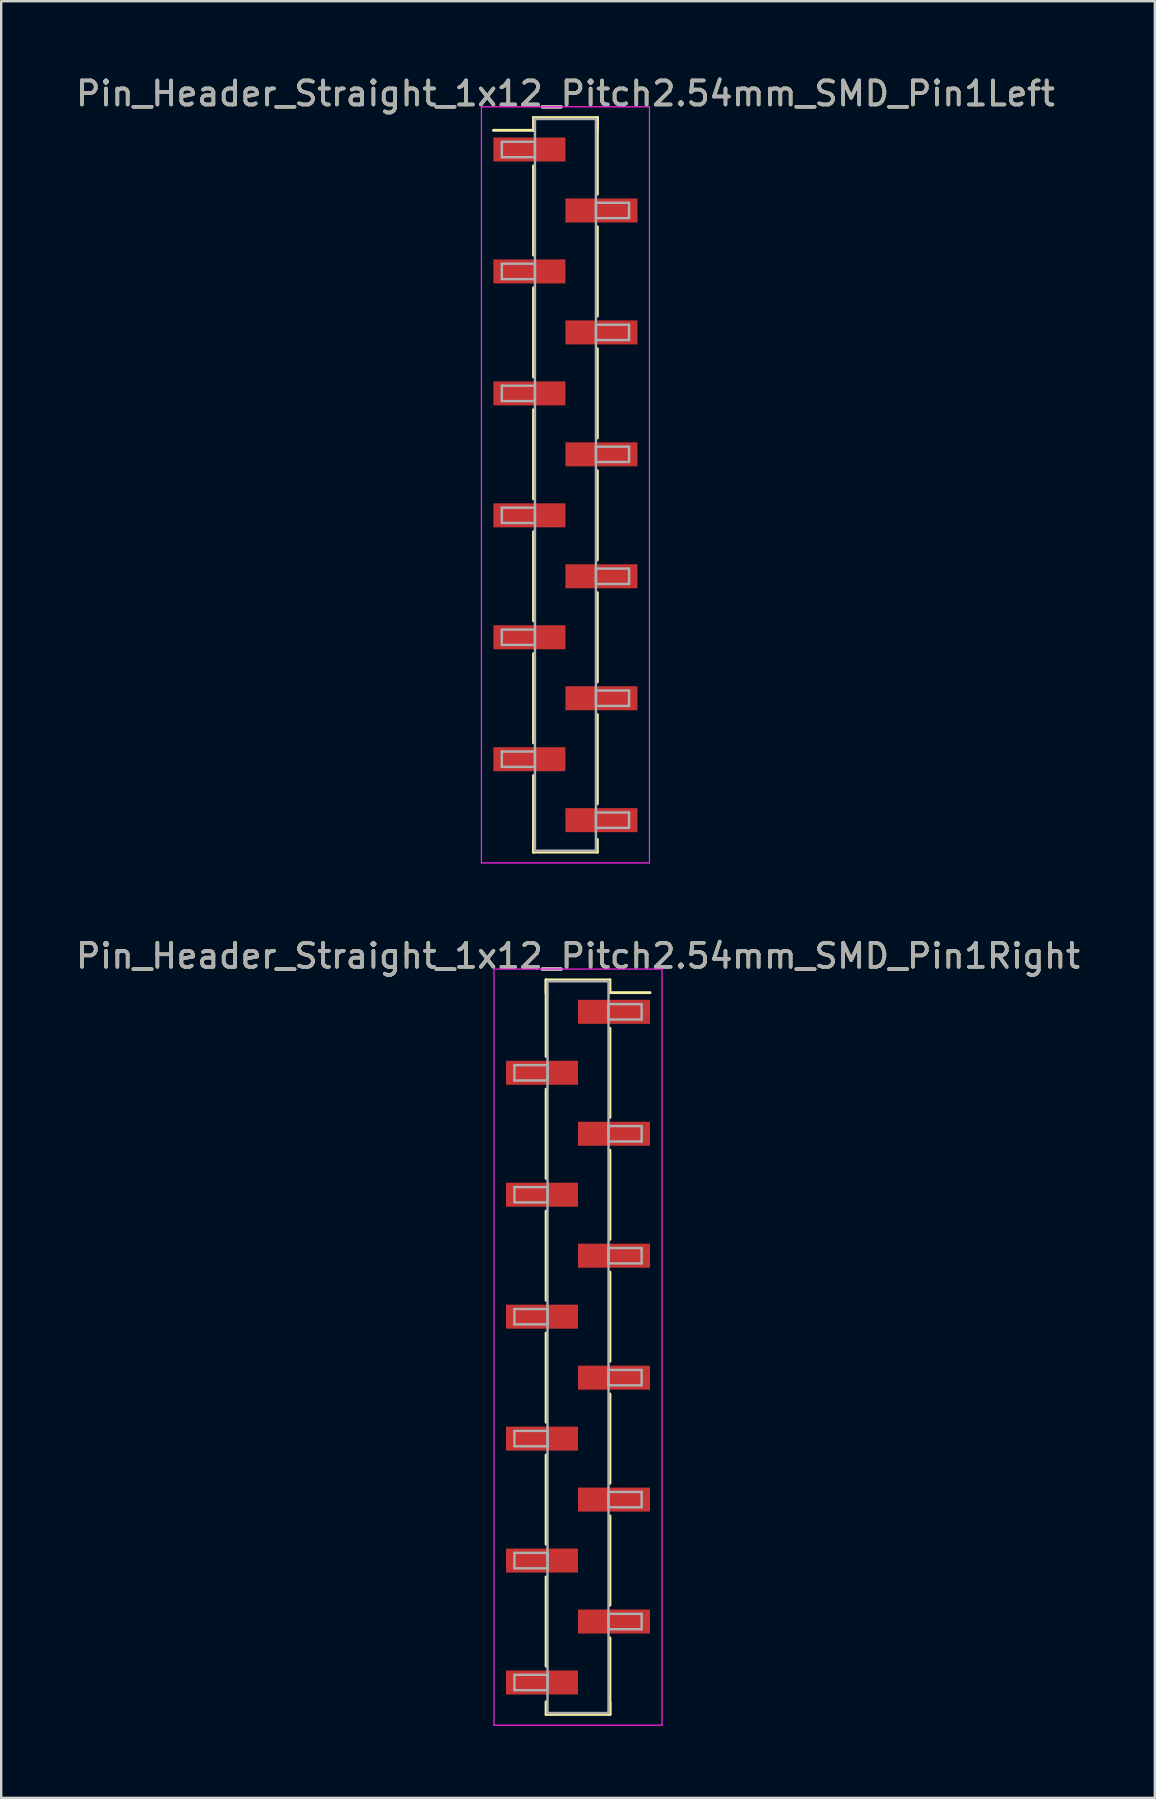
<source format=kicad_pcb>
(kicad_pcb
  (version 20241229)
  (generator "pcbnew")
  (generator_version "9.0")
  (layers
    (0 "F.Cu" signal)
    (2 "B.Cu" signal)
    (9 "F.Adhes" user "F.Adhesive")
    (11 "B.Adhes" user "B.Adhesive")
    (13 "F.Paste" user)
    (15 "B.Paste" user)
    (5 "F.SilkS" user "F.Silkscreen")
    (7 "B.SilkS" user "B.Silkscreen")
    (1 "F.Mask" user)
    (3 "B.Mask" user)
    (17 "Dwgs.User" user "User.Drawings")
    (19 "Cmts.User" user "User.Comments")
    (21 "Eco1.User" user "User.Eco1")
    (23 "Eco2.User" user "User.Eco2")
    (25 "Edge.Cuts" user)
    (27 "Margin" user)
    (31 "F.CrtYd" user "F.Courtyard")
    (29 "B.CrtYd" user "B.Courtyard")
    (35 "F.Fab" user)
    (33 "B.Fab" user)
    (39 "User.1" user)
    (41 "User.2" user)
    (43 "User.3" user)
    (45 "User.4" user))
  (footprint "Pin_Header_Straight_1x12_Pitch2.54mm_SMD_Pin1Right"
    (layer "F.Cu")
    (at 21.03 53.072)
    (property "Reference" "Pin_Header_Straight_1x12_Pitch2.54mm_SMD_Pin1Right" (at 0 -16.3 0) (layer "F.SilkS") (effects (font (size 1 1) (thickness 0.15))))
    (attr smd)
    (fp_line (start -1.33 -15.3) (end -1.33 -12.11) (stroke (width 0.12) (type solid)) (layer "F.SilkS"))
    (fp_line (start -1.33 -15.3) (end 1.33 -15.3) (stroke (width 0.12) (type solid)) (layer "F.SilkS"))
    (fp_line (start -1.33 -14.77) (end -1.33 -15.3) (stroke (width 0.12) (type solid)) (layer "F.SilkS"))
    (fp_line (start -1.33 -10.75) (end -1.33 -7.03) (stroke (width 0.12) (type solid)) (layer "F.SilkS"))
    (fp_line (start -1.33 -5.67) (end -1.33 -1.95) (stroke (width 0.12) (type solid)) (layer "F.SilkS"))
    (fp_line (start -1.33 -0.59) (end -1.33 3.13) (stroke (width 0.12) (type solid)) (layer "F.SilkS"))
    (fp_line (start -1.33 4.49) (end -1.33 8.21) (stroke (width 0.12) (type solid)) (layer "F.SilkS"))
    (fp_line (start -1.33 9.57) (end -1.33 13.29) (stroke (width 0.12) (type solid)) (layer "F.SilkS"))
    (fp_line (start -1.33 14.77) (end -1.33 15.3) (stroke (width 0.12) (type solid)) (layer "F.SilkS"))
    (fp_line (start -1.33 15.3) (end 1.33 15.3) (stroke (width 0.12) (type solid)) (layer "F.SilkS"))
    (fp_line (start 1.33 -15.3) (end 1.33 -14.77) (stroke (width 0.12) (type solid)) (layer "F.SilkS"))
    (fp_line (start 1.33 -14.77) (end 3 -14.77) (stroke (width 0.12) (type solid)) (layer "F.SilkS"))
    (fp_line (start 1.33 -13.29) (end 1.33 -9.57) (stroke (width 0.12) (type solid)) (layer "F.SilkS"))
    (fp_line (start 1.33 -8.21) (end 1.33 -4.49) (stroke (width 0.12) (type solid)) (layer "F.SilkS"))
    (fp_line (start 1.33 -3.13) (end 1.33 0.59) (stroke (width 0.12) (type solid)) (layer "F.SilkS"))
    (fp_line (start 1.33 1.95) (end 1.33 5.67) (stroke (width 0.12) (type solid)) (layer "F.SilkS"))
    (fp_line (start 1.33 7.03) (end 1.33 10.75) (stroke (width 0.12) (type solid)) (layer "F.SilkS"))
    (fp_line (start 1.33 12.11) (end 1.33 15.3) (stroke (width 0.12) (type solid)) (layer "F.SilkS"))
    (fp_line (start 1.33 15.3) (end 1.33 14.77) (stroke (width 0.12) (type solid)) (layer "F.SilkS"))
    (fp_line (start -3.5 -15.75) (end -3.5 15.75) (stroke (width 0.05) (type solid)) (layer "F.CrtYd"))
    (fp_line (start -3.5 15.75) (end 3.5 15.75) (stroke (width 0.05) (type solid)) (layer "F.CrtYd"))
    (fp_line (start 3.5 -15.75) (end -3.5 -15.75) (stroke (width 0.05) (type solid)) (layer "F.CrtYd"))
    (fp_line (start 3.5 15.75) (end 3.5 -15.75) (stroke (width 0.05) (type solid)) (layer "F.CrtYd"))
    (fp_line (start -2.65 -11.75) (end -1.27 -11.75) (stroke (width 0.1) (type solid)) (layer "F.Fab"))
    (fp_line (start -2.65 -11.11) (end -2.65 -11.75) (stroke (width 0.1) (type solid)) (layer "F.Fab"))
    (fp_line (start -2.65 -6.67) (end -1.27 -6.67) (stroke (width 0.1) (type solid)) (layer "F.Fab"))
    (fp_line (start -2.65 -6.03) (end -2.65 -6.67) (stroke (width 0.1) (type solid)) (layer "F.Fab"))
    (fp_line (start -2.65 -1.59) (end -1.27 -1.59) (stroke (width 0.1) (type solid)) (layer "F.Fab"))
    (fp_line (start -2.65 -0.95) (end -2.65 -1.59) (stroke (width 0.1) (type solid)) (layer "F.Fab"))
    (fp_line (start -2.65 3.49) (end -1.27 3.49) (stroke (width 0.1) (type solid)) (layer "F.Fab"))
    (fp_line (start -2.65 4.13) (end -2.65 3.49) (stroke (width 0.1) (type solid)) (layer "F.Fab"))
    (fp_line (start -2.65 8.57) (end -1.27 8.57) (stroke (width 0.1) (type solid)) (layer "F.Fab"))
    (fp_line (start -2.65 9.21) (end -2.65 8.57) (stroke (width 0.1) (type solid)) (layer "F.Fab"))
    (fp_line (start -2.65 13.65) (end -1.27 13.65) (stroke (width 0.1) (type solid)) (layer "F.Fab"))
    (fp_line (start -2.65 14.29) (end -2.65 13.65) (stroke (width 0.1) (type solid)) (layer "F.Fab"))
    (fp_line (start -1.27 -15.24) (end -1.27 15.24) (stroke (width 0.1) (type solid)) (layer "F.Fab"))
    (fp_line (start -1.27 -11.75) (end -1.27 -11.11) (stroke (width 0.1) (type solid)) (layer "F.Fab"))
    (fp_line (start -1.27 -11.11) (end -2.65 -11.11) (stroke (width 0.1) (type solid)) (layer "F.Fab"))
    (fp_line (start -1.27 -6.67) (end -1.27 -6.03) (stroke (width 0.1) (type solid)) (layer "F.Fab"))
    (fp_line (start -1.27 -6.03) (end -2.65 -6.03) (stroke (width 0.1) (type solid)) (layer "F.Fab"))
    (fp_line (start -1.27 -1.59) (end -1.27 -0.95) (stroke (width 0.1) (type solid)) (layer "F.Fab"))
    (fp_line (start -1.27 -0.95) (end -2.65 -0.95) (stroke (width 0.1) (type solid)) (layer "F.Fab"))
    (fp_line (start -1.27 3.49) (end -1.27 4.13) (stroke (width 0.1) (type solid)) (layer "F.Fab"))
    (fp_line (start -1.27 4.13) (end -2.65 4.13) (stroke (width 0.1) (type solid)) (layer "F.Fab"))
    (fp_line (start -1.27 8.57) (end -1.27 9.21) (stroke (width 0.1) (type solid)) (layer "F.Fab"))
    (fp_line (start -1.27 9.21) (end -2.65 9.21) (stroke (width 0.1) (type solid)) (layer "F.Fab"))
    (fp_line (start -1.27 13.65) (end -1.27 14.29) (stroke (width 0.1) (type solid)) (layer "F.Fab"))
    (fp_line (start -1.27 14.29) (end -2.65 14.29) (stroke (width 0.1) (type solid)) (layer "F.Fab"))
    (fp_line (start -1.27 15.24) (end 1.27 15.24) (stroke (width 0.1) (type solid)) (layer "F.Fab"))
    (fp_line (start 1.27 -15.24) (end -1.27 -15.24) (stroke (width 0.1) (type solid)) (layer "F.Fab"))
    (fp_line (start 1.27 -14.29) (end 1.27 -13.65) (stroke (width 0.1) (type solid)) (layer "F.Fab"))
    (fp_line (start 1.27 -13.65) (end 2.65 -13.65) (stroke (width 0.1) (type solid)) (layer "F.Fab"))
    (fp_line (start 1.27 -9.21) (end 1.27 -8.57) (stroke (width 0.1) (type solid)) (layer "F.Fab"))
    (fp_line (start 1.27 -8.57) (end 2.65 -8.57) (stroke (width 0.1) (type solid)) (layer "F.Fab"))
    (fp_line (start 1.27 -4.13) (end 1.27 -3.49) (stroke (width 0.1) (type solid)) (layer "F.Fab"))
    (fp_line (start 1.27 -3.49) (end 2.65 -3.49) (stroke (width 0.1) (type solid)) (layer "F.Fab"))
    (fp_line (start 1.27 0.95) (end 1.27 1.59) (stroke (width 0.1) (type solid)) (layer "F.Fab"))
    (fp_line (start 1.27 1.59) (end 2.65 1.59) (stroke (width 0.1) (type solid)) (layer "F.Fab"))
    (fp_line (start 1.27 6.03) (end 1.27 6.67) (stroke (width 0.1) (type solid)) (layer "F.Fab"))
    (fp_line (start 1.27 6.67) (end 2.65 6.67) (stroke (width 0.1) (type solid)) (layer "F.Fab"))
    (fp_line (start 1.27 11.11) (end 1.27 11.75) (stroke (width 0.1) (type solid)) (layer "F.Fab"))
    (fp_line (start 1.27 11.75) (end 2.65 11.75) (stroke (width 0.1) (type solid)) (layer "F.Fab"))
    (fp_line (start 1.27 15.24) (end 1.27 -15.24) (stroke (width 0.1) (type solid)) (layer "F.Fab"))
    (fp_line (start 2.65 -14.29) (end 1.27 -14.29) (stroke (width 0.1) (type solid)) (layer "F.Fab"))
    (fp_line (start 2.65 -13.65) (end 2.65 -14.29) (stroke (width 0.1) (type solid)) (layer "F.Fab"))
    (fp_line (start 2.65 -9.21) (end 1.27 -9.21) (stroke (width 0.1) (type solid)) (layer "F.Fab"))
    (fp_line (start 2.65 -8.57) (end 2.65 -9.21) (stroke (width 0.1) (type solid)) (layer "F.Fab"))
    (fp_line (start 2.65 -4.13) (end 1.27 -4.13) (stroke (width 0.1) (type solid)) (layer "F.Fab"))
    (fp_line (start 2.65 -3.49) (end 2.65 -4.13) (stroke (width 0.1) (type solid)) (layer "F.Fab"))
    (fp_line (start 2.65 0.95) (end 1.27 0.95) (stroke (width 0.1) (type solid)) (layer "F.Fab"))
    (fp_line (start 2.65 1.59) (end 2.65 0.95) (stroke (width 0.1) (type solid)) (layer "F.Fab"))
    (fp_line (start 2.65 6.03) (end 1.27 6.03) (stroke (width 0.1) (type solid)) (layer "F.Fab"))
    (fp_line (start 2.65 6.67) (end 2.65 6.03) (stroke (width 0.1) (type solid)) (layer "F.Fab"))
    (fp_line (start 2.65 11.11) (end 1.27 11.11) (stroke (width 0.1) (type solid)) (layer "F.Fab"))
    (fp_line (start 2.65 11.75) (end 2.65 11.11) (stroke (width 0.1) (type solid)) (layer "F.Fab"))
    (fp_text user "${REFERENCE}" (at 0 -16.3 0) (layer "F.Fab") (effects (font (size 1 1) (thickness 0.15))))
    (pad "1" smd rect (at 1.5 -13.97) (size 3 1) (layers "F.Cu" "F.Mask" "F.Paste"))
    (pad "2" smd rect (at -1.5 -11.43) (size 3 1) (layers "F.Cu" "F.Mask" "F.Paste"))
    (pad "3" smd rect (at 1.5 -8.89) (size 3 1) (layers "F.Cu" "F.Mask" "F.Paste"))
    (pad "4" smd rect (at -1.5 -6.35) (size 3 1) (layers "F.Cu" "F.Mask" "F.Paste"))
    (pad "5" smd rect (at 1.5 -3.81) (size 3 1) (layers "F.Cu" "F.Mask" "F.Paste"))
    (pad "6" smd rect (at -1.5 -1.27) (size 3 1) (layers "F.Cu" "F.Mask" "F.Paste"))
    (pad "7" smd rect (at 1.5 1.27) (size 3 1) (layers "F.Cu" "F.Mask" "F.Paste"))
    (pad "8" smd rect (at -1.5 3.81) (size 3 1) (layers "F.Cu" "F.Mask" "F.Paste"))
    (pad "9" smd rect (at 1.5 6.35) (size 3 1) (layers "F.Cu" "F.Mask" "F.Paste"))
    (pad "10" smd rect (at -1.5 8.89) (size 3 1) (layers "F.Cu" "F.Mask" "F.Paste"))
    (pad "11" smd rect (at 1.5 11.43) (size 3 1) (layers "F.Cu" "F.Mask" "F.Paste"))
    (pad "12" smd rect (at -1.5 13.97) (size 3 1) (layers "F.Cu" "F.Mask" "F.Paste")))
  (footprint "Pin_Header_Straight_1x12_Pitch2.54mm_SMD_Pin1Left"
    (layer "F.Cu")
    (at 20.506 17.148)
    (property "Reference" "Pin_Header_Straight_1x12_Pitch2.54mm_SMD_Pin1Left" (at 0 -16.3 0) (layer "F.SilkS") (effects (font (size 1 1) (thickness 0.15))))
    (attr smd)
    (fp_line (start -1.33 -15.3) (end 1.33 -15.3) (stroke (width 0.12) (type solid)) (layer "F.SilkS"))
    (fp_line (start -1.33 -14.77) (end -3 -14.77) (stroke (width 0.12) (type solid)) (layer "F.SilkS"))
    (fp_line (start -1.33 -14.77) (end -1.33 -15.3) (stroke (width 0.12) (type solid)) (layer "F.SilkS"))
    (fp_line (start -1.33 -13.29) (end -1.33 -9.57) (stroke (width 0.12) (type solid)) (layer "F.SilkS"))
    (fp_line (start -1.33 -8.21) (end -1.33 -4.49) (stroke (width 0.12) (type solid)) (layer "F.SilkS"))
    (fp_line (start -1.33 -3.13) (end -1.33 0.59) (stroke (width 0.12) (type solid)) (layer "F.SilkS"))
    (fp_line (start -1.33 1.95) (end -1.33 5.67) (stroke (width 0.12) (type solid)) (layer "F.SilkS"))
    (fp_line (start -1.33 7.03) (end -1.33 10.75) (stroke (width 0.12) (type solid)) (layer "F.SilkS"))
    (fp_line (start -1.33 12.11) (end -1.33 15.3) (stroke (width 0.12) (type solid)) (layer "F.SilkS"))
    (fp_line (start -1.33 14.77) (end -1.33 15.3) (stroke (width 0.12) (type solid)) (layer "F.SilkS"))
    (fp_line (start -1.33 15.3) (end 1.33 15.3) (stroke (width 0.12) (type solid)) (layer "F.SilkS"))
    (fp_line (start 1.33 -15.3) (end 1.33 -14.77) (stroke (width 0.12) (type solid)) (layer "F.SilkS"))
    (fp_line (start 1.33 -15.3) (end 1.33 -12.11) (stroke (width 0.12) (type solid)) (layer "F.SilkS"))
    (fp_line (start 1.33 -10.75) (end 1.33 -7.03) (stroke (width 0.12) (type solid)) (layer "F.SilkS"))
    (fp_line (start 1.33 -5.67) (end 1.33 -1.95) (stroke (width 0.12) (type solid)) (layer "F.SilkS"))
    (fp_line (start 1.33 -0.59) (end 1.33 3.13) (stroke (width 0.12) (type solid)) (layer "F.SilkS"))
    (fp_line (start 1.33 4.49) (end 1.33 8.21) (stroke (width 0.12) (type solid)) (layer "F.SilkS"))
    (fp_line (start 1.33 9.57) (end 1.33 13.29) (stroke (width 0.12) (type solid)) (layer "F.SilkS"))
    (fp_line (start 1.33 15.3) (end 1.33 14.77) (stroke (width 0.12) (type solid)) (layer "F.SilkS"))
    (fp_line (start -3.5 -15.75) (end -3.5 15.75) (stroke (width 0.05) (type solid)) (layer "F.CrtYd"))
    (fp_line (start -3.5 15.75) (end 3.5 15.75) (stroke (width 0.05) (type solid)) (layer "F.CrtYd"))
    (fp_line (start 3.5 -15.75) (end -3.5 -15.75) (stroke (width 0.05) (type solid)) (layer "F.CrtYd"))
    (fp_line (start 3.5 15.75) (end 3.5 -15.75) (stroke (width 0.05) (type solid)) (layer "F.CrtYd"))
    (fp_line (start -2.65 -14.29) (end -1.27 -14.29) (stroke (width 0.1) (type solid)) (layer "F.Fab"))
    (fp_line (start -2.65 -13.65) (end -2.65 -14.29) (stroke (width 0.1) (type solid)) (layer "F.Fab"))
    (fp_line (start -2.65 -9.21) (end -1.27 -9.21) (stroke (width 0.1) (type solid)) (layer "F.Fab"))
    (fp_line (start -2.65 -8.57) (end -2.65 -9.21) (stroke (width 0.1) (type solid)) (layer "F.Fab"))
    (fp_line (start -2.65 -4.13) (end -1.27 -4.13) (stroke (width 0.1) (type solid)) (layer "F.Fab"))
    (fp_line (start -2.65 -3.49) (end -2.65 -4.13) (stroke (width 0.1) (type solid)) (layer "F.Fab"))
    (fp_line (start -2.65 0.95) (end -1.27 0.95) (stroke (width 0.1) (type solid)) (layer "F.Fab"))
    (fp_line (start -2.65 1.59) (end -2.65 0.95) (stroke (width 0.1) (type solid)) (layer "F.Fab"))
    (fp_line (start -2.65 6.03) (end -1.27 6.03) (stroke (width 0.1) (type solid)) (layer "F.Fab"))
    (fp_line (start -2.65 6.67) (end -2.65 6.03) (stroke (width 0.1) (type solid)) (layer "F.Fab"))
    (fp_line (start -2.65 11.11) (end -1.27 11.11) (stroke (width 0.1) (type solid)) (layer "F.Fab"))
    (fp_line (start -2.65 11.75) (end -2.65 11.11) (stroke (width 0.1) (type solid)) (layer "F.Fab"))
    (fp_line (start -1.27 -15.24) (end -1.27 15.24) (stroke (width 0.1) (type solid)) (layer "F.Fab"))
    (fp_line (start -1.27 -14.29) (end -1.27 -13.65) (stroke (width 0.1) (type solid)) (layer "F.Fab"))
    (fp_line (start -1.27 -13.65) (end -2.65 -13.65) (stroke (width 0.1) (type solid)) (layer "F.Fab"))
    (fp_line (start -1.27 -9.21) (end -1.27 -8.57) (stroke (width 0.1) (type solid)) (layer "F.Fab"))
    (fp_line (start -1.27 -8.57) (end -2.65 -8.57) (stroke (width 0.1) (type solid)) (layer "F.Fab"))
    (fp_line (start -1.27 -4.13) (end -1.27 -3.49) (stroke (width 0.1) (type solid)) (layer "F.Fab"))
    (fp_line (start -1.27 -3.49) (end -2.65 -3.49) (stroke (width 0.1) (type solid)) (layer "F.Fab"))
    (fp_line (start -1.27 0.95) (end -1.27 1.59) (stroke (width 0.1) (type solid)) (layer "F.Fab"))
    (fp_line (start -1.27 1.59) (end -2.65 1.59) (stroke (width 0.1) (type solid)) (layer "F.Fab"))
    (fp_line (start -1.27 6.03) (end -1.27 6.67) (stroke (width 0.1) (type solid)) (layer "F.Fab"))
    (fp_line (start -1.27 6.67) (end -2.65 6.67) (stroke (width 0.1) (type solid)) (layer "F.Fab"))
    (fp_line (start -1.27 11.11) (end -1.27 11.75) (stroke (width 0.1) (type solid)) (layer "F.Fab"))
    (fp_line (start -1.27 11.75) (end -2.65 11.75) (stroke (width 0.1) (type solid)) (layer "F.Fab"))
    (fp_line (start -1.27 15.24) (end 1.27 15.24) (stroke (width 0.1) (type solid)) (layer "F.Fab"))
    (fp_line (start 1.27 -15.24) (end -1.27 -15.24) (stroke (width 0.1) (type solid)) (layer "F.Fab"))
    (fp_line (start 1.27 -11.75) (end 1.27 -11.11) (stroke (width 0.1) (type solid)) (layer "F.Fab"))
    (fp_line (start 1.27 -11.11) (end 2.65 -11.11) (stroke (width 0.1) (type solid)) (layer "F.Fab"))
    (fp_line (start 1.27 -6.67) (end 1.27 -6.03) (stroke (width 0.1) (type solid)) (layer "F.Fab"))
    (fp_line (start 1.27 -6.03) (end 2.65 -6.03) (stroke (width 0.1) (type solid)) (layer "F.Fab"))
    (fp_line (start 1.27 -1.59) (end 1.27 -0.95) (stroke (width 0.1) (type solid)) (layer "F.Fab"))
    (fp_line (start 1.27 -0.95) (end 2.65 -0.95) (stroke (width 0.1) (type solid)) (layer "F.Fab"))
    (fp_line (start 1.27 3.49) (end 1.27 4.13) (stroke (width 0.1) (type solid)) (layer "F.Fab"))
    (fp_line (start 1.27 4.13) (end 2.65 4.13) (stroke (width 0.1) (type solid)) (layer "F.Fab"))
    (fp_line (start 1.27 8.57) (end 1.27 9.21) (stroke (width 0.1) (type solid)) (layer "F.Fab"))
    (fp_line (start 1.27 9.21) (end 2.65 9.21) (stroke (width 0.1) (type solid)) (layer "F.Fab"))
    (fp_line (start 1.27 13.65) (end 1.27 14.29) (stroke (width 0.1) (type solid)) (layer "F.Fab"))
    (fp_line (start 1.27 14.29) (end 2.65 14.29) (stroke (width 0.1) (type solid)) (layer "F.Fab"))
    (fp_line (start 1.27 15.24) (end 1.27 -15.24) (stroke (width 0.1) (type solid)) (layer "F.Fab"))
    (fp_line (start 2.65 -11.75) (end 1.27 -11.75) (stroke (width 0.1) (type solid)) (layer "F.Fab"))
    (fp_line (start 2.65 -11.11) (end 2.65 -11.75) (stroke (width 0.1) (type solid)) (layer "F.Fab"))
    (fp_line (start 2.65 -6.67) (end 1.27 -6.67) (stroke (width 0.1) (type solid)) (layer "F.Fab"))
    (fp_line (start 2.65 -6.03) (end 2.65 -6.67) (stroke (width 0.1) (type solid)) (layer "F.Fab"))
    (fp_line (start 2.65 -1.59) (end 1.27 -1.59) (stroke (width 0.1) (type solid)) (layer "F.Fab"))
    (fp_line (start 2.65 -0.95) (end 2.65 -1.59) (stroke (width 0.1) (type solid)) (layer "F.Fab"))
    (fp_line (start 2.65 3.49) (end 1.27 3.49) (stroke (width 0.1) (type solid)) (layer "F.Fab"))
    (fp_line (start 2.65 4.13) (end 2.65 3.49) (stroke (width 0.1) (type solid)) (layer "F.Fab"))
    (fp_line (start 2.65 8.57) (end 1.27 8.57) (stroke (width 0.1) (type solid)) (layer "F.Fab"))
    (fp_line (start 2.65 9.21) (end 2.65 8.57) (stroke (width 0.1) (type solid)) (layer "F.Fab"))
    (fp_line (start 2.65 13.65) (end 1.27 13.65) (stroke (width 0.1) (type solid)) (layer "F.Fab"))
    (fp_line (start 2.65 14.29) (end 2.65 13.65) (stroke (width 0.1) (type solid)) (layer "F.Fab"))
    (fp_text user "${REFERENCE}" (at 0 -16.3 0) (layer "F.Fab") (effects (font (size 1 1) (thickness 0.15))))
    (pad "1" smd rect (at -1.5 -13.97) (size 3 1) (layers "F.Cu" "F.Mask" "F.Paste"))
    (pad "2" smd rect (at 1.5 -11.43) (size 3 1) (layers "F.Cu" "F.Mask" "F.Paste"))
    (pad "3" smd rect (at -1.5 -8.89) (size 3 1) (layers "F.Cu" "F.Mask" "F.Paste"))
    (pad "4" smd rect (at 1.5 -6.35) (size 3 1) (layers "F.Cu" "F.Mask" "F.Paste"))
    (pad "5" smd rect (at -1.5 -3.81) (size 3 1) (layers "F.Cu" "F.Mask" "F.Paste"))
    (pad "6" smd rect (at 1.5 -1.27) (size 3 1) (layers "F.Cu" "F.Mask" "F.Paste"))
    (pad "7" smd rect (at -1.5 1.27) (size 3 1) (layers "F.Cu" "F.Mask" "F.Paste"))
    (pad "8" smd rect (at 1.5 3.81) (size 3 1) (layers "F.Cu" "F.Mask" "F.Paste"))
    (pad "9" smd rect (at -1.5 6.35) (size 3 1) (layers "F.Cu" "F.Mask" "F.Paste"))
    (pad "10" smd rect (at 1.5 8.89) (size 3 1) (layers "F.Cu" "F.Mask" "F.Paste"))
    (pad "11" smd rect (at -1.5 11.43) (size 3 1) (layers "F.Cu" "F.Mask" "F.Paste"))
    (pad "12" smd rect (at 1.5 13.97) (size 3 1) (layers "F.Cu" "F.Mask" "F.Paste")))
  (gr_rect
    (start -3 -3)
    (end 45.06 71.847)
    (stroke (width 0.1) (type default))
    (fill no)
    (layer "Edge.Cuts")))
</source>
